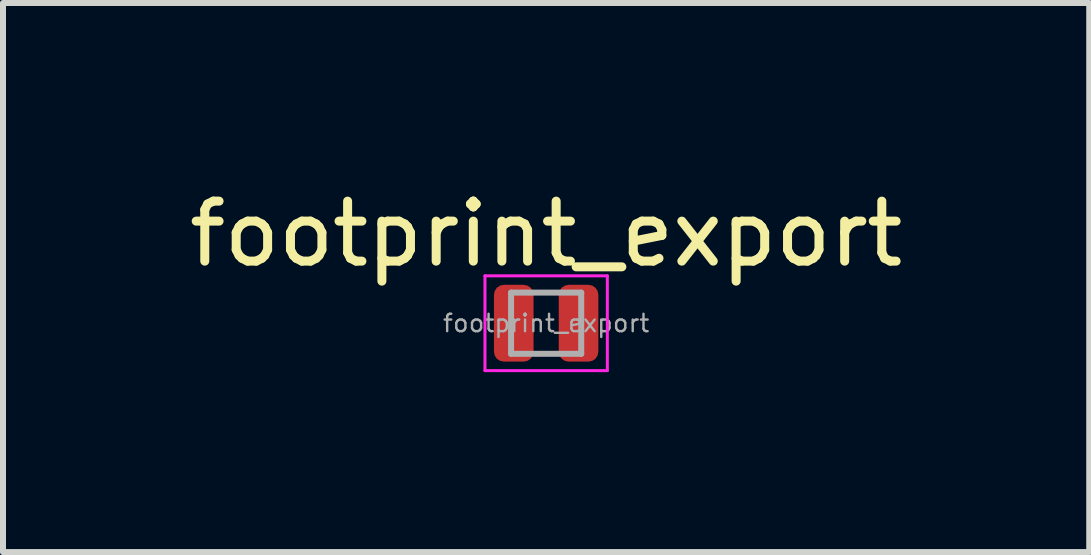
<source format=kicad_pcb>
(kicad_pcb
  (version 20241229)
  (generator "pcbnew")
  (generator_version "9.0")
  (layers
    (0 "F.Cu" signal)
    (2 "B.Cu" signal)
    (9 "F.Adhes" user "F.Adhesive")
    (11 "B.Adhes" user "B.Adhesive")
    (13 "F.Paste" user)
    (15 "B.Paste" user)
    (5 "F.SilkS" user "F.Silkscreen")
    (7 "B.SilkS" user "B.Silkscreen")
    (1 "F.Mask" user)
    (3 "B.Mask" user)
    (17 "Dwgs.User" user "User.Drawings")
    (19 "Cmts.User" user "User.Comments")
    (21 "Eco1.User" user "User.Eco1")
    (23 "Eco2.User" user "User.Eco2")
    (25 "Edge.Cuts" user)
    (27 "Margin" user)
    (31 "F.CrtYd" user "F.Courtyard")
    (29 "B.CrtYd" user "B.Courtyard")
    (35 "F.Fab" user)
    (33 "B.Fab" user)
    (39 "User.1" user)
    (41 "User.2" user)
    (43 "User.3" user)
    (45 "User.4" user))
  (footprint "footprint_export"
    (layer "F.Cu")
    (at 6.054 2.338)
    (property "Reference" "footprint_export" (at 0 -1.49 0) (layer "F.SilkS") (effects (font (size 1 1) (thickness 0.15))))
    (attr smd)
    (fp_line (start -1.02 -0.79) (end 1.02 -0.79) (stroke (width 0.05) (type solid)) (layer "F.CrtYd"))
    (fp_line (start -1.02 0.79) (end -1.02 -0.79) (stroke (width 0.05) (type solid)) (layer "F.CrtYd"))
    (fp_line (start 1.02 -0.79) (end 1.02 0.79) (stroke (width 0.05) (type solid)) (layer "F.CrtYd"))
    (fp_line (start 1.02 0.79) (end -1.02 0.79) (stroke (width 0.05) (type solid)) (layer "F.CrtYd"))
    (fp_line (start -0.585 -0.51) (end 0.585 -0.51) (stroke (width 0.1) (type solid)) (layer "F.Fab"))
    (fp_line (start -0.585 0.51) (end -0.585 -0.51) (stroke (width 0.1) (type solid)) (layer "F.Fab"))
    (fp_line (start 0.585 -0.51) (end 0.585 0.51) (stroke (width 0.1) (type solid)) (layer "F.Fab"))
    (fp_line (start 0.585 0.51) (end -0.585 0.51) (stroke (width 0.1) (type solid)) (layer "F.Fab"))
    (fp_text user "${REFERENCE}" (at 0 0 0) (layer "F.Fab") (effects (font (size 0.29 0.29) (thickness 0.04))))
    (pad "1" smd roundrect (at -0.54 0) (size 0.66 1.28) (layers "F.Cu" "F.Mask" "F.Paste") (roundrect_rratio 0.25))
    (pad "2" smd roundrect (at 0.54 0) (size 0.66 1.28) (layers "F.Cu" "F.Mask" "F.Paste") (roundrect_rratio 0.25)))
  (gr_rect
    (start -3 -3)
    (end 15.107 6.153)
    (stroke (width 0.1) (type default))
    (fill no)
    (layer "Edge.Cuts")))
</source>
